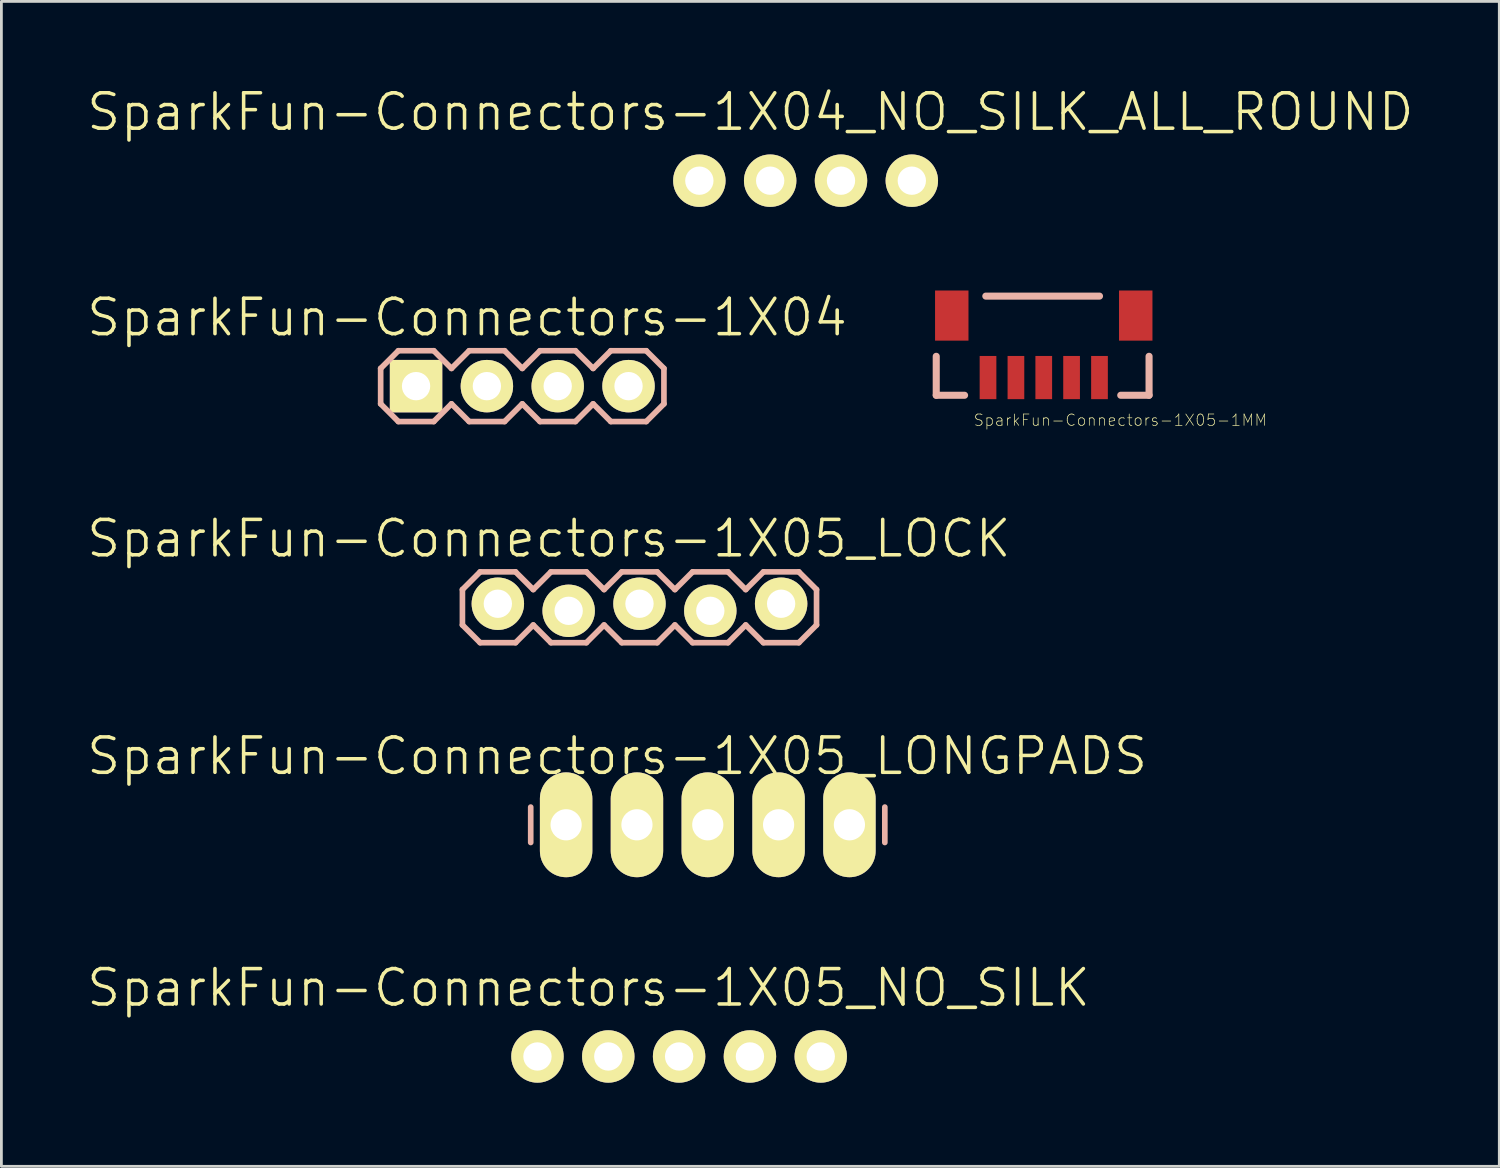
<source format=kicad_pcb>
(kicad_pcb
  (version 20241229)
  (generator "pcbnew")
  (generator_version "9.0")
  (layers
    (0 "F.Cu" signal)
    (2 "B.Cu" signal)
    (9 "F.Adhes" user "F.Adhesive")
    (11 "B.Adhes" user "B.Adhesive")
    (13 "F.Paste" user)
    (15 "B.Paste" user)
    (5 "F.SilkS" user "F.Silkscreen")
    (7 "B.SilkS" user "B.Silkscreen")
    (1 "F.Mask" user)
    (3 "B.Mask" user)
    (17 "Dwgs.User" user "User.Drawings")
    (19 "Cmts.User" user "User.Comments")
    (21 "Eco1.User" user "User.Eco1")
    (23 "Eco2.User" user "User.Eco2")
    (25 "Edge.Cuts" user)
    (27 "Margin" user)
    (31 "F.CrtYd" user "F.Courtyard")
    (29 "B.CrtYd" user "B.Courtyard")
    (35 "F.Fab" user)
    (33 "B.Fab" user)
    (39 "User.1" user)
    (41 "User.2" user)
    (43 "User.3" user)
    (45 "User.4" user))
  (footprint "SparkFun-Connectors-1X05-1MM"
    (layer "F.Cu")
    (at 34.384 10.491)
    (property "Reference" "SparkFun-Connectors-1X05-1MM" (at 2.746 1.527 0) (layer "F.SilkS") (effects (font (size 0.406 0.406) (thickness 0.025))))
    (attr smd)
    (fp_line (start -3.856 0.635) (end -3.856 -0.762) (stroke (width 0.254) (type solid)) (layer "B.SilkS"))
    (fp_line (start -2.84 0.635) (end -3.856 0.635) (stroke (width 0.254) (type solid)) (layer "B.SilkS"))
    (fp_line (start 1.999 -2.921) (end -2.078 -2.921) (stroke (width 0.254) (type solid)) (layer "B.SilkS"))
    (fp_line (start 3.777 -0.762) (end 3.777 0.635) (stroke (width 0.254) (type solid)) (layer "B.SilkS"))
    (fp_line (start 3.777 0.635) (end 2.761 0.635) (stroke (width 0.254) (type solid)) (layer "B.SilkS"))
    (pad "1" smd rect (at -1.999 0 180) (size 0.599 1.549) (layers "F.Cu" "F.Mask" "F.Paste"))
    (pad "2" smd rect (at -0.998 0 180) (size 0.599 1.549) (layers "F.Cu" "F.Mask" "F.Paste"))
    (pad "3" smd rect (at 0 0 180) (size 0.599 1.549) (layers "F.Cu" "F.Mask" "F.Paste"))
    (pad "4" smd rect (at 0.998 0 180) (size 0.599 1.549) (layers "F.Cu" "F.Mask" "F.Paste"))
    (pad "5" smd rect (at 1.999 0 180) (size 0.599 1.549) (layers "F.Cu" "F.Mask" "F.Paste"))
    (pad "NC1" smd rect (at -3.299 -2.223 180) (size 1.199 1.798) (layers "F.Cu" "F.Mask" "F.Paste"))
    (pad "NC2" smd rect (at 3.299 -2.223 180) (size 1.199 1.798) (layers "F.Cu" "F.Mask" "F.Paste")))
  (footprint "SparkFun-Connectors-1X05_NO_SILK"
    (layer "F.Cu")
    (at 16.226 34.84)
    (property "Reference" "SparkFun-Connectors-1X05_NO_SILK" (at 1.829 -2.464 0) (layer "F.SilkS") (effects (font (size 1.27 1.27) (thickness 0.127))))
    (attr exclude_from_pos_files exclude_from_bom)
    (fp_line (start -0.254 -0.254) (end 0.254 -0.254) (stroke (width 0.066) (type solid)) (layer "F.SilkS"))
    (fp_line (start -0.254 0.254) (end -0.254 -0.254) (stroke (width 0.066) (type solid)) (layer "F.SilkS"))
    (fp_line (start -0.254 0.254) (end 0.254 0.254) (stroke (width 0.066) (type solid)) (layer "F.SilkS"))
    (fp_line (start 0.254 0.254) (end 0.254 -0.254) (stroke (width 0.066) (type solid)) (layer "F.SilkS"))
    (fp_line (start 2.286 -0.254) (end 2.794 -0.254) (stroke (width 0.066) (type solid)) (layer "F.SilkS"))
    (fp_line (start 2.286 0.254) (end 2.286 -0.254) (stroke (width 0.066) (type solid)) (layer "F.SilkS"))
    (fp_line (start 2.286 0.254) (end 2.794 0.254) (stroke (width 0.066) (type solid)) (layer "F.SilkS"))
    (fp_line (start 2.794 0.254) (end 2.794 -0.254) (stroke (width 0.066) (type solid)) (layer "F.SilkS"))
    (fp_line (start 4.826 -0.254) (end 5.334 -0.254) (stroke (width 0.066) (type solid)) (layer "F.SilkS"))
    (fp_line (start 4.826 0.254) (end 4.826 -0.254) (stroke (width 0.066) (type solid)) (layer "F.SilkS"))
    (fp_line (start 4.826 0.254) (end 5.334 0.254) (stroke (width 0.066) (type solid)) (layer "F.SilkS"))
    (fp_line (start 5.334 0.254) (end 5.334 -0.254) (stroke (width 0.066) (type solid)) (layer "F.SilkS"))
    (fp_line (start 7.366 -0.254) (end 7.874 -0.254) (stroke (width 0.066) (type solid)) (layer "F.SilkS"))
    (fp_line (start 7.366 0.254) (end 7.366 -0.254) (stroke (width 0.066) (type solid)) (layer "F.SilkS"))
    (fp_line (start 7.366 0.254) (end 7.874 0.254) (stroke (width 0.066) (type solid)) (layer "F.SilkS"))
    (fp_line (start 7.874 0.254) (end 7.874 -0.254) (stroke (width 0.066) (type solid)) (layer "F.SilkS"))
    (fp_line (start 9.906 -0.254) (end 10.414 -0.254) (stroke (width 0.066) (type solid)) (layer "F.SilkS"))
    (fp_line (start 9.906 0.254) (end 9.906 -0.254) (stroke (width 0.066) (type solid)) (layer "F.SilkS"))
    (fp_line (start 9.906 0.254) (end 10.414 0.254) (stroke (width 0.066) (type solid)) (layer "F.SilkS"))
    (fp_line (start 10.414 0.254) (end 10.414 -0.254) (stroke (width 0.066) (type solid)) (layer "F.SilkS"))
    (pad "1" thru_hole circle (at 0 0) (size 1.88 1.88) (drill 1.016) (layers "*.Cu" "F.Mask" "F.SilkS" "F.Paste"))
    (pad "2" thru_hole circle (at 2.54 0) (size 1.88 1.88) (drill 1.016) (layers "*.Cu" "F.Mask" "F.SilkS" "F.Paste"))
    (pad "3" thru_hole circle (at 5.08 0) (size 1.88 1.88) (drill 1.016) (layers "*.Cu" "F.Mask" "F.SilkS" "F.Paste"))
    (pad "4" thru_hole circle (at 7.62 0) (size 1.88 1.88) (drill 1.016) (layers "*.Cu" "F.Mask" "F.SilkS" "F.Paste"))
    (pad "5" thru_hole circle (at 10.16 0) (size 1.88 1.88) (drill 1.016) (layers "*.Cu" "F.Mask" "F.SilkS" "F.Paste")))
  (footprint "SparkFun-Connectors-1X04"
    (layer "F.Cu")
    (at 11.872 10.799)
    (property "Reference" "SparkFun-Connectors-1X04" (at 1.829 -2.464 0) (layer "F.SilkS") (effects (font (size 1.27 1.27) (thickness 0.127))))
    (attr exclude_from_pos_files exclude_from_bom)
    (fp_line (start -0.254 -0.254) (end 0.254 -0.254) (stroke (width 0.066) (type solid)) (layer "F.SilkS"))
    (fp_line (start -0.254 0.254) (end -0.254 -0.254) (stroke (width 0.066) (type solid)) (layer "F.SilkS"))
    (fp_line (start -0.254 0.254) (end 0.254 0.254) (stroke (width 0.066) (type solid)) (layer "F.SilkS"))
    (fp_line (start 0.254 0.254) (end 0.254 -0.254) (stroke (width 0.066) (type solid)) (layer "F.SilkS"))
    (fp_line (start 2.286 -0.254) (end 2.794 -0.254) (stroke (width 0.066) (type solid)) (layer "F.SilkS"))
    (fp_line (start 2.286 0.254) (end 2.286 -0.254) (stroke (width 0.066) (type solid)) (layer "F.SilkS"))
    (fp_line (start 2.286 0.254) (end 2.794 0.254) (stroke (width 0.066) (type solid)) (layer "F.SilkS"))
    (fp_line (start 2.794 0.254) (end 2.794 -0.254) (stroke (width 0.066) (type solid)) (layer "F.SilkS"))
    (fp_line (start 4.826 -0.254) (end 5.334 -0.254) (stroke (width 0.066) (type solid)) (layer "F.SilkS"))
    (fp_line (start 4.826 0.254) (end 4.826 -0.254) (stroke (width 0.066) (type solid)) (layer "F.SilkS"))
    (fp_line (start 4.826 0.254) (end 5.334 0.254) (stroke (width 0.066) (type solid)) (layer "F.SilkS"))
    (fp_line (start 5.334 0.254) (end 5.334 -0.254) (stroke (width 0.066) (type solid)) (layer "F.SilkS"))
    (fp_line (start 7.366 -0.254) (end 7.874 -0.254) (stroke (width 0.066) (type solid)) (layer "F.SilkS"))
    (fp_line (start 7.366 0.254) (end 7.366 -0.254) (stroke (width 0.066) (type solid)) (layer "F.SilkS"))
    (fp_line (start 7.366 0.254) (end 7.874 0.254) (stroke (width 0.066) (type solid)) (layer "F.SilkS"))
    (fp_line (start 7.874 0.254) (end 7.874 -0.254) (stroke (width 0.066) (type solid)) (layer "F.SilkS"))
    (fp_line (start -1.27 -0.635) (end -1.27 0.635) (stroke (width 0.203) (type solid)) (layer "B.SilkS"))
    (fp_line (start -1.27 0.635) (end -0.635 1.27) (stroke (width 0.203) (type solid)) (layer "B.SilkS"))
    (fp_line (start -0.635 -1.27) (end -1.27 -0.635) (stroke (width 0.203) (type solid)) (layer "B.SilkS"))
    (fp_line (start -0.635 -1.27) (end 0.635 -1.27) (stroke (width 0.203) (type solid)) (layer "B.SilkS"))
    (fp_line (start 0.635 -1.27) (end 1.27 -0.635) (stroke (width 0.203) (type solid)) (layer "B.SilkS"))
    (fp_line (start 0.635 1.27) (end -0.635 1.27) (stroke (width 0.203) (type solid)) (layer "B.SilkS"))
    (fp_line (start 1.27 -0.635) (end 1.905 -1.27) (stroke (width 0.203) (type solid)) (layer "B.SilkS"))
    (fp_line (start 1.27 0.635) (end 0.635 1.27) (stroke (width 0.203) (type solid)) (layer "B.SilkS"))
    (fp_line (start 1.905 -1.27) (end 3.175 -1.27) (stroke (width 0.203) (type solid)) (layer "B.SilkS"))
    (fp_line (start 1.905 1.27) (end 1.27 0.635) (stroke (width 0.203) (type solid)) (layer "B.SilkS"))
    (fp_line (start 3.175 -1.27) (end 3.81 -0.635) (stroke (width 0.203) (type solid)) (layer "B.SilkS"))
    (fp_line (start 3.175 1.27) (end 1.905 1.27) (stroke (width 0.203) (type solid)) (layer "B.SilkS"))
    (fp_line (start 3.81 -0.635) (end 4.445 -1.27) (stroke (width 0.203) (type solid)) (layer "B.SilkS"))
    (fp_line (start 3.81 0.635) (end 3.175 1.27) (stroke (width 0.203) (type solid)) (layer "B.SilkS"))
    (fp_line (start 4.445 -1.27) (end 5.715 -1.27) (stroke (width 0.203) (type solid)) (layer "B.SilkS"))
    (fp_line (start 4.445 1.27) (end 3.81 0.635) (stroke (width 0.203) (type solid)) (layer "B.SilkS"))
    (fp_line (start 5.715 -1.27) (end 6.35 -0.635) (stroke (width 0.203) (type solid)) (layer "B.SilkS"))
    (fp_line (start 5.715 1.27) (end 4.445 1.27) (stroke (width 0.203) (type solid)) (layer "B.SilkS"))
    (fp_line (start 6.35 0.635) (end 5.715 1.27) (stroke (width 0.203) (type solid)) (layer "B.SilkS"))
    (fp_line (start 6.35 0.635) (end 6.985 1.27) (stroke (width 0.203) (type solid)) (layer "B.SilkS"))
    (fp_line (start 6.985 -1.27) (end 6.35 -0.635) (stroke (width 0.203) (type solid)) (layer "B.SilkS"))
    (fp_line (start 6.985 -1.27) (end 8.255 -1.27) (stroke (width 0.203) (type solid)) (layer "B.SilkS"))
    (fp_line (start 8.255 -1.27) (end 8.89 -0.635) (stroke (width 0.203) (type solid)) (layer "B.SilkS"))
    (fp_line (start 8.255 1.27) (end 6.985 1.27) (stroke (width 0.203) (type solid)) (layer "B.SilkS"))
    (fp_line (start 8.89 -0.635) (end 8.89 0.635) (stroke (width 0.203) (type solid)) (layer "B.SilkS"))
    (fp_line (start 8.89 0.635) (end 8.255 1.27) (stroke (width 0.203) (type solid)) (layer "B.SilkS"))
    (pad "1" thru_hole rect (at 0 0) (size 1.88 1.88) (drill 1.016) (layers "*.Cu" "F.Mask" "F.SilkS" "F.Paste"))
    (pad "2" thru_hole circle (at 2.54 0) (size 1.88 1.88) (drill 1.016) (layers "*.Cu" "F.Mask" "F.SilkS" "F.Paste"))
    (pad "3" thru_hole circle (at 5.08 0) (size 1.88 1.88) (drill 1.016) (layers "*.Cu" "F.Mask" "F.SilkS" "F.Paste"))
    (pad "4" thru_hole circle (at 7.62 0) (size 1.88 1.88) (drill 1.016) (layers "*.Cu" "F.Mask" "F.SilkS" "F.Paste")))
  (footprint "SparkFun-Connectors-1X05_LOCK"
    (layer "F.Cu")
    (at 14.805 18.73)
    (property "Reference" "SparkFun-Connectors-1X05_LOCK" (at 1.829 -2.464 0) (layer "F.SilkS") (effects (font (size 1.27 1.27) (thickness 0.127))))
    (attr exclude_from_pos_files exclude_from_bom)
    (fp_line (start -0.254 -0.254) (end 0.254 -0.254) (stroke (width 0.066) (type solid)) (layer "F.SilkS"))
    (fp_line (start -0.254 0.254) (end -0.254 -0.254) (stroke (width 0.066) (type solid)) (layer "F.SilkS"))
    (fp_line (start -0.254 0.254) (end 0.254 0.254) (stroke (width 0.066) (type solid)) (layer "F.SilkS"))
    (fp_line (start 0.254 0.254) (end 0.254 -0.254) (stroke (width 0.066) (type solid)) (layer "F.SilkS"))
    (fp_line (start 2.286 -0.254) (end 2.794 -0.254) (stroke (width 0.066) (type solid)) (layer "F.SilkS"))
    (fp_line (start 2.286 0.254) (end 2.286 -0.254) (stroke (width 0.066) (type solid)) (layer "F.SilkS"))
    (fp_line (start 2.286 0.254) (end 2.794 0.254) (stroke (width 0.066) (type solid)) (layer "F.SilkS"))
    (fp_line (start 2.794 0.254) (end 2.794 -0.254) (stroke (width 0.066) (type solid)) (layer "F.SilkS"))
    (fp_line (start 4.826 -0.254) (end 5.334 -0.254) (stroke (width 0.066) (type solid)) (layer "F.SilkS"))
    (fp_line (start 4.826 0.254) (end 4.826 -0.254) (stroke (width 0.066) (type solid)) (layer "F.SilkS"))
    (fp_line (start 4.826 0.254) (end 5.334 0.254) (stroke (width 0.066) (type solid)) (layer "F.SilkS"))
    (fp_line (start 5.334 0.254) (end 5.334 -0.254) (stroke (width 0.066) (type solid)) (layer "F.SilkS"))
    (fp_line (start 7.366 -0.254) (end 7.874 -0.254) (stroke (width 0.066) (type solid)) (layer "F.SilkS"))
    (fp_line (start 7.366 0.254) (end 7.366 -0.254) (stroke (width 0.066) (type solid)) (layer "F.SilkS"))
    (fp_line (start 7.366 0.254) (end 7.874 0.254) (stroke (width 0.066) (type solid)) (layer "F.SilkS"))
    (fp_line (start 7.874 0.254) (end 7.874 -0.254) (stroke (width 0.066) (type solid)) (layer "F.SilkS"))
    (fp_line (start 9.906 -0.254) (end 10.414 -0.254) (stroke (width 0.066) (type solid)) (layer "F.SilkS"))
    (fp_line (start 9.906 0.254) (end 9.906 -0.254) (stroke (width 0.066) (type solid)) (layer "F.SilkS"))
    (fp_line (start 9.906 0.254) (end 10.414 0.254) (stroke (width 0.066) (type solid)) (layer "F.SilkS"))
    (fp_line (start 10.414 0.254) (end 10.414 -0.254) (stroke (width 0.066) (type solid)) (layer "F.SilkS"))
    (fp_line (start -1.27 -0.635) (end -1.27 0.635) (stroke (width 0.203) (type solid)) (layer "B.SilkS"))
    (fp_line (start -1.27 0.635) (end -0.635 1.27) (stroke (width 0.203) (type solid)) (layer "B.SilkS"))
    (fp_line (start -0.635 -1.27) (end -1.27 -0.635) (stroke (width 0.203) (type solid)) (layer "B.SilkS"))
    (fp_line (start -0.635 -1.27) (end 0.635 -1.27) (stroke (width 0.203) (type solid)) (layer "B.SilkS"))
    (fp_line (start 0.635 -1.27) (end 1.27 -0.635) (stroke (width 0.203) (type solid)) (layer "B.SilkS"))
    (fp_line (start 0.635 1.27) (end -0.635 1.27) (stroke (width 0.203) (type solid)) (layer "B.SilkS"))
    (fp_line (start 1.27 -0.635) (end 1.905 -1.27) (stroke (width 0.203) (type solid)) (layer "B.SilkS"))
    (fp_line (start 1.27 0.635) (end 0.635 1.27) (stroke (width 0.203) (type solid)) (layer "B.SilkS"))
    (fp_line (start 1.905 -1.27) (end 3.175 -1.27) (stroke (width 0.203) (type solid)) (layer "B.SilkS"))
    (fp_line (start 1.905 1.27) (end 1.27 0.635) (stroke (width 0.203) (type solid)) (layer "B.SilkS"))
    (fp_line (start 3.175 -1.27) (end 3.81 -0.635) (stroke (width 0.203) (type solid)) (layer "B.SilkS"))
    (fp_line (start 3.175 1.27) (end 1.905 1.27) (stroke (width 0.203) (type solid)) (layer "B.SilkS"))
    (fp_line (start 3.81 -0.635) (end 4.445 -1.27) (stroke (width 0.203) (type solid)) (layer "B.SilkS"))
    (fp_line (start 3.81 0.635) (end 3.175 1.27) (stroke (width 0.203) (type solid)) (layer "B.SilkS"))
    (fp_line (start 4.445 -1.27) (end 5.715 -1.27) (stroke (width 0.203) (type solid)) (layer "B.SilkS"))
    (fp_line (start 4.445 1.27) (end 3.81 0.635) (stroke (width 0.203) (type solid)) (layer "B.SilkS"))
    (fp_line (start 5.715 -1.27) (end 6.35 -0.635) (stroke (width 0.203) (type solid)) (layer "B.SilkS"))
    (fp_line (start 5.715 1.27) (end 4.445 1.27) (stroke (width 0.203) (type solid)) (layer "B.SilkS"))
    (fp_line (start 6.35 0.635) (end 5.715 1.27) (stroke (width 0.203) (type solid)) (layer "B.SilkS"))
    (fp_line (start 6.35 0.635) (end 6.985 1.27) (stroke (width 0.203) (type solid)) (layer "B.SilkS"))
    (fp_line (start 6.985 -1.27) (end 6.35 -0.635) (stroke (width 0.203) (type solid)) (layer "B.SilkS"))
    (fp_line (start 6.985 -1.27) (end 8.255 -1.27) (stroke (width 0.203) (type solid)) (layer "B.SilkS"))
    (fp_line (start 8.255 -1.27) (end 8.89 -0.635) (stroke (width 0.203) (type solid)) (layer "B.SilkS"))
    (fp_line (start 8.255 1.27) (end 6.985 1.27) (stroke (width 0.203) (type solid)) (layer "B.SilkS"))
    (fp_line (start 8.89 -0.635) (end 9.525 -1.27) (stroke (width 0.203) (type solid)) (layer "B.SilkS"))
    (fp_line (start 8.89 0.635) (end 8.255 1.27) (stroke (width 0.203) (type solid)) (layer "B.SilkS"))
    (fp_line (start 9.525 -1.27) (end 10.795 -1.27) (stroke (width 0.203) (type solid)) (layer "B.SilkS"))
    (fp_line (start 9.525 1.27) (end 8.89 0.635) (stroke (width 0.203) (type solid)) (layer "B.SilkS"))
    (fp_line (start 10.795 -1.27) (end 11.43 -0.635) (stroke (width 0.203) (type solid)) (layer "B.SilkS"))
    (fp_line (start 10.795 1.27) (end 9.525 1.27) (stroke (width 0.203) (type solid)) (layer "B.SilkS"))
    (fp_line (start 11.43 -0.635) (end 11.43 0.635) (stroke (width 0.203) (type solid)) (layer "B.SilkS"))
    (fp_line (start 11.43 0.635) (end 10.795 1.27) (stroke (width 0.203) (type solid)) (layer "B.SilkS"))
    (pad "1" thru_hole circle (at 0 -0.127) (size 1.88 1.88) (drill 1.016) (layers "*.Cu" "F.Mask" "F.SilkS" "F.Paste"))
    (pad "2" thru_hole circle (at 2.54 0.127) (size 1.88 1.88) (drill 1.016) (layers "*.Cu" "F.Mask" "F.SilkS" "F.Paste"))
    (pad "3" thru_hole circle (at 5.08 -0.127) (size 1.88 1.88) (drill 1.016) (layers "*.Cu" "F.Mask" "F.SilkS" "F.Paste"))
    (pad "4" thru_hole circle (at 7.62 0.127) (size 1.88 1.88) (drill 1.016) (layers "*.Cu" "F.Mask" "F.SilkS" "F.Paste"))
    (pad "5" thru_hole circle (at 10.16 -0.127) (size 1.88 1.88) (drill 1.016) (layers "*.Cu" "F.Mask" "F.SilkS" "F.Paste")))
  (footprint "SparkFun-Connectors-1X05_LONGPADS"
    (layer "F.Cu")
    (at 17.254 26.531)
    (property "Reference" "SparkFun-Connectors-1X05_LONGPADS" (at 1.829 -2.464 0) (layer "F.SilkS") (effects (font (size 1.27 1.27) (thickness 0.127))))
    (attr exclude_from_pos_files exclude_from_bom)
    (fp_line (start -0.254 -0.254) (end 0.254 -0.254) (stroke (width 0.066) (type solid)) (layer "F.SilkS"))
    (fp_line (start -0.254 0.254) (end -0.254 -0.254) (stroke (width 0.066) (type solid)) (layer "F.SilkS"))
    (fp_line (start -0.254 0.254) (end 0.254 0.254) (stroke (width 0.066) (type solid)) (layer "F.SilkS"))
    (fp_line (start 0.254 0.254) (end 0.254 -0.254) (stroke (width 0.066) (type solid)) (layer "F.SilkS"))
    (fp_line (start 2.286 -0.254) (end 2.794 -0.254) (stroke (width 0.066) (type solid)) (layer "F.SilkS"))
    (fp_line (start 2.286 0.254) (end 2.286 -0.254) (stroke (width 0.066) (type solid)) (layer "F.SilkS"))
    (fp_line (start 2.286 0.254) (end 2.794 0.254) (stroke (width 0.066) (type solid)) (layer "F.SilkS"))
    (fp_line (start 2.794 0.254) (end 2.794 -0.254) (stroke (width 0.066) (type solid)) (layer "F.SilkS"))
    (fp_line (start 4.826 -0.254) (end 5.334 -0.254) (stroke (width 0.066) (type solid)) (layer "F.SilkS"))
    (fp_line (start 4.826 0.254) (end 4.826 -0.254) (stroke (width 0.066) (type solid)) (layer "F.SilkS"))
    (fp_line (start 4.826 0.254) (end 5.334 0.254) (stroke (width 0.066) (type solid)) (layer "F.SilkS"))
    (fp_line (start 5.334 0.254) (end 5.334 -0.254) (stroke (width 0.066) (type solid)) (layer "F.SilkS"))
    (fp_line (start 7.366 -0.254) (end 7.874 -0.254) (stroke (width 0.066) (type solid)) (layer "F.SilkS"))
    (fp_line (start 7.366 0.254) (end 7.366 -0.254) (stroke (width 0.066) (type solid)) (layer "F.SilkS"))
    (fp_line (start 7.366 0.254) (end 7.874 0.254) (stroke (width 0.066) (type solid)) (layer "F.SilkS"))
    (fp_line (start 7.874 0.254) (end 7.874 -0.254) (stroke (width 0.066) (type solid)) (layer "F.SilkS"))
    (fp_line (start 9.906 -0.254) (end 10.414 -0.254) (stroke (width 0.066) (type solid)) (layer "F.SilkS"))
    (fp_line (start 9.906 0.254) (end 9.906 -0.254) (stroke (width 0.066) (type solid)) (layer "F.SilkS"))
    (fp_line (start 9.906 0.254) (end 10.414 0.254) (stroke (width 0.066) (type solid)) (layer "F.SilkS"))
    (fp_line (start 10.414 0.254) (end 10.414 -0.254) (stroke (width 0.066) (type solid)) (layer "F.SilkS"))
    (fp_line (start -1.27 -0.635) (end -1.27 0.635) (stroke (width 0.203) (type solid)) (layer "B.SilkS"))
    (fp_line (start 11.43 -0.635) (end 11.43 0.635) (stroke (width 0.203) (type solid)) (layer "B.SilkS"))
    (pad "1" thru_hole oval (at 0 0 180) (size 1.88 3.759) (drill 1.118) (layers "*.Cu" "F.Mask" "F.SilkS" "F.Paste"))
    (pad "2" thru_hole oval (at 2.54 0 180) (size 1.88 3.759) (drill 1.118) (layers "*.Cu" "F.Mask" "F.SilkS" "F.Paste"))
    (pad "3" thru_hole oval (at 5.08 0 180) (size 1.88 3.759) (drill 1.118) (layers "*.Cu" "F.Mask" "F.SilkS" "F.Paste"))
    (pad "4" thru_hole oval (at 7.62 0 180) (size 1.88 3.759) (drill 1.118) (layers "*.Cu" "F.Mask" "F.SilkS" "F.Paste"))
    (pad "5" thru_hole oval (at 10.16 0 180) (size 1.88 3.759) (drill 1.118) (layers "*.Cu" "F.Mask" "F.SilkS" "F.Paste")))
  (footprint "SparkFun-Connectors-1X04_NO_SILK_ALL_ROUND"
    (layer "F.Cu")
    (at 22.032 3.43)
    (property "Reference" "SparkFun-Connectors-1X04_NO_SILK_ALL_ROUND" (at 1.829 -2.464 0) (layer "F.SilkS") (effects (font (size 1.27 1.27) (thickness 0.127))))
    (attr exclude_from_pos_files exclude_from_bom)
    (fp_line (start -0.254 -0.254) (end 0.254 -0.254) (stroke (width 0.066) (type solid)) (layer "F.SilkS"))
    (fp_line (start -0.254 0.254) (end -0.254 -0.254) (stroke (width 0.066) (type solid)) (layer "F.SilkS"))
    (fp_line (start -0.254 0.254) (end 0.254 0.254) (stroke (width 0.066) (type solid)) (layer "F.SilkS"))
    (fp_line (start 0.254 0.254) (end 0.254 -0.254) (stroke (width 0.066) (type solid)) (layer "F.SilkS"))
    (fp_line (start 2.286 -0.254) (end 2.794 -0.254) (stroke (width 0.066) (type solid)) (layer "F.SilkS"))
    (fp_line (start 2.286 0.254) (end 2.286 -0.254) (stroke (width 0.066) (type solid)) (layer "F.SilkS"))
    (fp_line (start 2.286 0.254) (end 2.794 0.254) (stroke (width 0.066) (type solid)) (layer "F.SilkS"))
    (fp_line (start 2.794 0.254) (end 2.794 -0.254) (stroke (width 0.066) (type solid)) (layer "F.SilkS"))
    (fp_line (start 4.826 -0.254) (end 5.334 -0.254) (stroke (width 0.066) (type solid)) (layer "F.SilkS"))
    (fp_line (start 4.826 0.254) (end 4.826 -0.254) (stroke (width 0.066) (type solid)) (layer "F.SilkS"))
    (fp_line (start 4.826 0.254) (end 5.334 0.254) (stroke (width 0.066) (type solid)) (layer "F.SilkS"))
    (fp_line (start 5.334 0.254) (end 5.334 -0.254) (stroke (width 0.066) (type solid)) (layer "F.SilkS"))
    (fp_line (start 7.366 -0.254) (end 7.874 -0.254) (stroke (width 0.066) (type solid)) (layer "F.SilkS"))
    (fp_line (start 7.366 0.254) (end 7.366 -0.254) (stroke (width 0.066) (type solid)) (layer "F.SilkS"))
    (fp_line (start 7.366 0.254) (end 7.874 0.254) (stroke (width 0.066) (type solid)) (layer "F.SilkS"))
    (fp_line (start 7.874 0.254) (end 7.874 -0.254) (stroke (width 0.066) (type solid)) (layer "F.SilkS"))
    (pad "1" thru_hole circle (at 0 0) (size 1.88 1.88) (drill 1.016) (layers "*.Cu" "F.Mask" "F.SilkS" "F.Paste"))
    (pad "2" thru_hole circle (at 2.54 0) (size 1.88 1.88) (drill 1.016) (layers "*.Cu" "F.Mask" "F.SilkS" "F.Paste"))
    (pad "3" thru_hole circle (at 5.08 0) (size 1.88 1.88) (drill 1.016) (layers "*.Cu" "F.Mask" "F.SilkS" "F.Paste"))
    (pad "4" thru_hole circle (at 7.62 0) (size 1.88 1.88) (drill 1.016) (layers "*.Cu" "F.Mask" "F.SilkS" "F.Paste")))
  (gr_rect
    (start -3 -3)
    (end 50.722 38.78)
    (stroke (width 0.1) (type default))
    (fill no)
    (layer "Edge.Cuts")))
</source>
